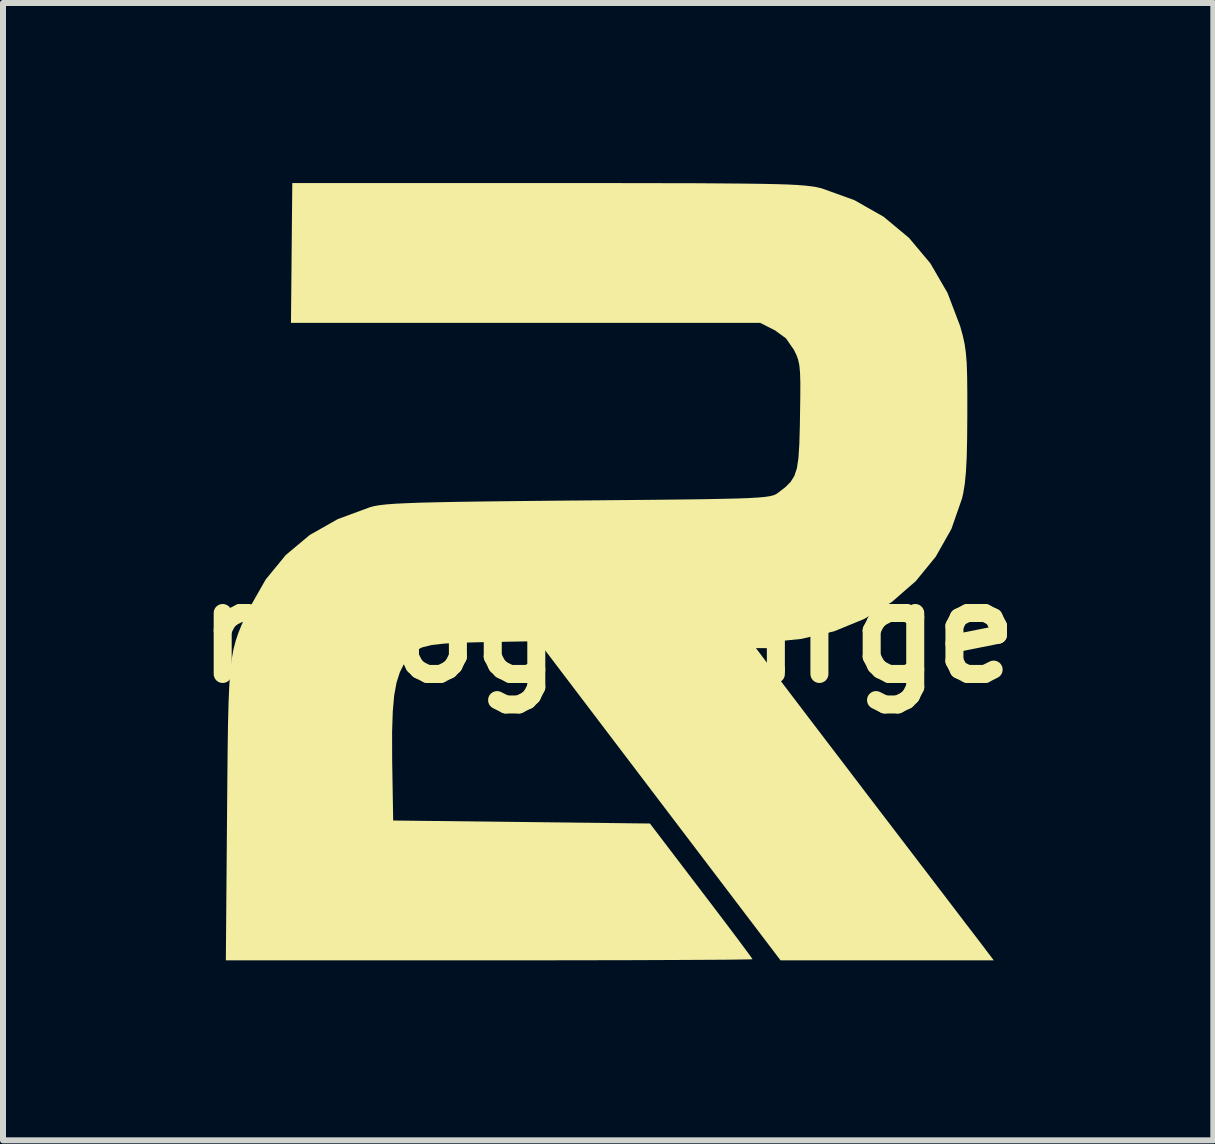
<source format=kicad_pcb>
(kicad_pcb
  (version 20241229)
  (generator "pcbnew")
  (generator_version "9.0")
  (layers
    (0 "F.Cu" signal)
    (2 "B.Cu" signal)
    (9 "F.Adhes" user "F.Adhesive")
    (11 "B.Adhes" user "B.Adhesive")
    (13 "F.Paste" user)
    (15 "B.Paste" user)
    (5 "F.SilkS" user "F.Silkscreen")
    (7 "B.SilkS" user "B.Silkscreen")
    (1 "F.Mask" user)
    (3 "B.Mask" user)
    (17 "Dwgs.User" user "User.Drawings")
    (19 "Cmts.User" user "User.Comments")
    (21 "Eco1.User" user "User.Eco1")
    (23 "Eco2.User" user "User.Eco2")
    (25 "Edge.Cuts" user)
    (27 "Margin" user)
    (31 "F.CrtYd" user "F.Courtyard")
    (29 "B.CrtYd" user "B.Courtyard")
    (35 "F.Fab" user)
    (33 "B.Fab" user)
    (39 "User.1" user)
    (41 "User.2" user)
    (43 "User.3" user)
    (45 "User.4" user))
  (footprint "r2logoLarge"
    (layer "F.Cu")
    (at 7.083 7.49)
    (property "Reference" "r2logoLarge" (at 0 0 0) (layer "F.SilkS") (effects (font (size 1.524 1.524) (thickness 0.3))))
    (attr board_only exclude_from_pos_files exclude_from_bom)
    (fp_poly (pts (xy -0.259 -7.49) (xy 0.403 -7.489) (xy 0.98 -7.488) (xy 1.476 -7.487) (xy 1.899 -7.484) (xy 2.255 -7.481) (xy 2.552 -7.477) (xy 2.796 -7.472) (xy 2.993 -7.466) (xy 3.151 -7.458) (xy 3.277 -7.448) (xy 3.376 -7.437) (xy 3.457 -7.425) (xy 3.524 -7.41) (xy 3.557 -7.402) (xy 4.103 -7.205) (xy 4.589 -6.929) (xy 5.012 -6.577) (xy 5.368 -6.153) (xy 5.654 -5.66) (xy 5.866 -5.103) (xy 5.871 -5.083) (xy 5.911 -4.939) (xy 5.94 -4.804) (xy 5.96 -4.66) (xy 5.974 -4.489) (xy 5.981 -4.272) (xy 5.984 -3.992) (xy 5.984 -3.632) (xy 5.981 -3.236) (xy 5.974 -2.923) (xy 5.961 -2.677) (xy 5.942 -2.48) (xy 5.915 -2.317) (xy 5.896 -2.235) (xy 5.719 -1.727) (xy 5.459 -1.266) (xy 5.125 -0.857) (xy 4.725 -0.509) (xy 4.268 -0.228) (xy 3.763 -0.021) (xy 3.219 0.105) (xy 2.898 0.138) (xy 2.689 0.151) (xy 2.525 0.163) (xy 2.425 0.174) (xy 2.405 0.18) (xy 2.434 0.221) (xy 2.52 0.335) (xy 2.655 0.515) (xy 2.836 0.754) (xy 3.057 1.045) (xy 3.313 1.382) (xy 3.599 1.757) (xy 3.909 2.163) (xy 4.238 2.595) (xy 4.272 2.64) (xy 4.608 3.08) (xy 4.929 3.5) (xy 5.23 3.894) (xy 5.504 4.253) (xy 5.747 4.571) (xy 5.951 4.839) (xy 6.113 5.05) (xy 6.225 5.197) (xy 6.282 5.272) (xy 6.282 5.273) (xy 6.425 5.461) (xy 2.872 5.461) (xy -1.166 0.143) (xy -2.073 0.159) (xy -2.443 0.168) (xy -2.727 0.183) (xy -2.941 0.207) (xy -3.098 0.246) (xy -3.213 0.301) (xy -3.301 0.378) (xy -3.377 0.48) (xy -3.397 0.512) (xy -3.47 0.658) (xy -3.526 0.832) (xy -3.565 1.046) (xy -3.589 1.316) (xy -3.6 1.654) (xy -3.599 2.076) (xy -3.598 2.179) (xy -3.582 3.131) (xy -1.443 3.156) (xy 0.696 3.181) (xy 1.55 4.302) (xy 1.771 4.592) (xy 1.971 4.856) (xy 2.142 5.083) (xy 2.276 5.263) (xy 2.366 5.385) (xy 2.404 5.44) (xy 2.405 5.442) (xy 2.356 5.445) (xy 2.214 5.447) (xy 1.986 5.45) (xy 1.68 5.452) (xy 1.302 5.454) (xy 0.859 5.456) (xy 0.36 5.458) (xy -0.19 5.459) (xy -0.782 5.46) (xy -1.411 5.461) (xy -1.983 5.461) (xy -6.37 5.461) (xy -6.35 3.018) (xy -6.345 2.432) (xy -6.34 1.936) (xy -6.334 1.521) (xy -6.325 1.175) (xy -6.313 0.889) (xy -6.297 0.654) (xy -6.275 0.458) (xy -6.246 0.292) (xy -6.209 0.147) (xy -6.164 0.011) (xy -6.109 -0.125) (xy -6.043 -0.271) (xy -5.982 -0.4) (xy -5.706 -0.885) (xy -5.372 -1.292) (xy -4.973 -1.626) (xy -4.505 -1.891) (xy -3.963 -2.091) (xy -3.895 -2.108) (xy -3.808 -2.123) (xy -3.695 -2.136) (xy -3.549 -2.147) (xy -3.361 -2.156) (xy -3.125 -2.165) (xy -2.832 -2.172) (xy -2.475 -2.179) (xy -2.045 -2.185) (xy -1.536 -2.191) (xy -0.94 -2.197) (xy -0.492 -2.201) (xy 0.152 -2.207) (xy 0.704 -2.212) (xy 1.17 -2.217) (xy 1.559 -2.222) (xy 1.878 -2.228) (xy 2.135 -2.234) (xy 2.336 -2.241) (xy 2.491 -2.25) (xy 2.606 -2.26) (xy 2.689 -2.272) (xy 2.747 -2.286) (xy 2.789 -2.302) (xy 2.821 -2.322) (xy 2.836 -2.333) (xy 2.953 -2.424) (xy 3.04 -2.511) (xy 3.102 -2.61) (xy 3.144 -2.736) (xy 3.17 -2.907) (xy 3.185 -3.139) (xy 3.194 -3.448) (xy 3.196 -3.598) (xy 3.201 -3.919) (xy 3.202 -4.157) (xy 3.197 -4.33) (xy 3.185 -4.456) (xy 3.164 -4.551) (xy 3.133 -4.634) (xy 3.096 -4.709) (xy 2.963 -4.902) (xy 2.778 -5.037) (xy 2.757 -5.047) (xy 2.534 -5.16) (xy -1.376 -5.16) (xy -5.285 -5.16) (xy -5.263 -7.49) (xy -1.016 -7.49)) (stroke (width 0) (type solid)) (fill yes) (layer "F.SilkS")))
  (gr_rect
    (start -3 -3)
    (end 17.166 15.95)
    (stroke (width 0.1) (type default))
    (fill no)
    (layer "Edge.Cuts")))
</source>
